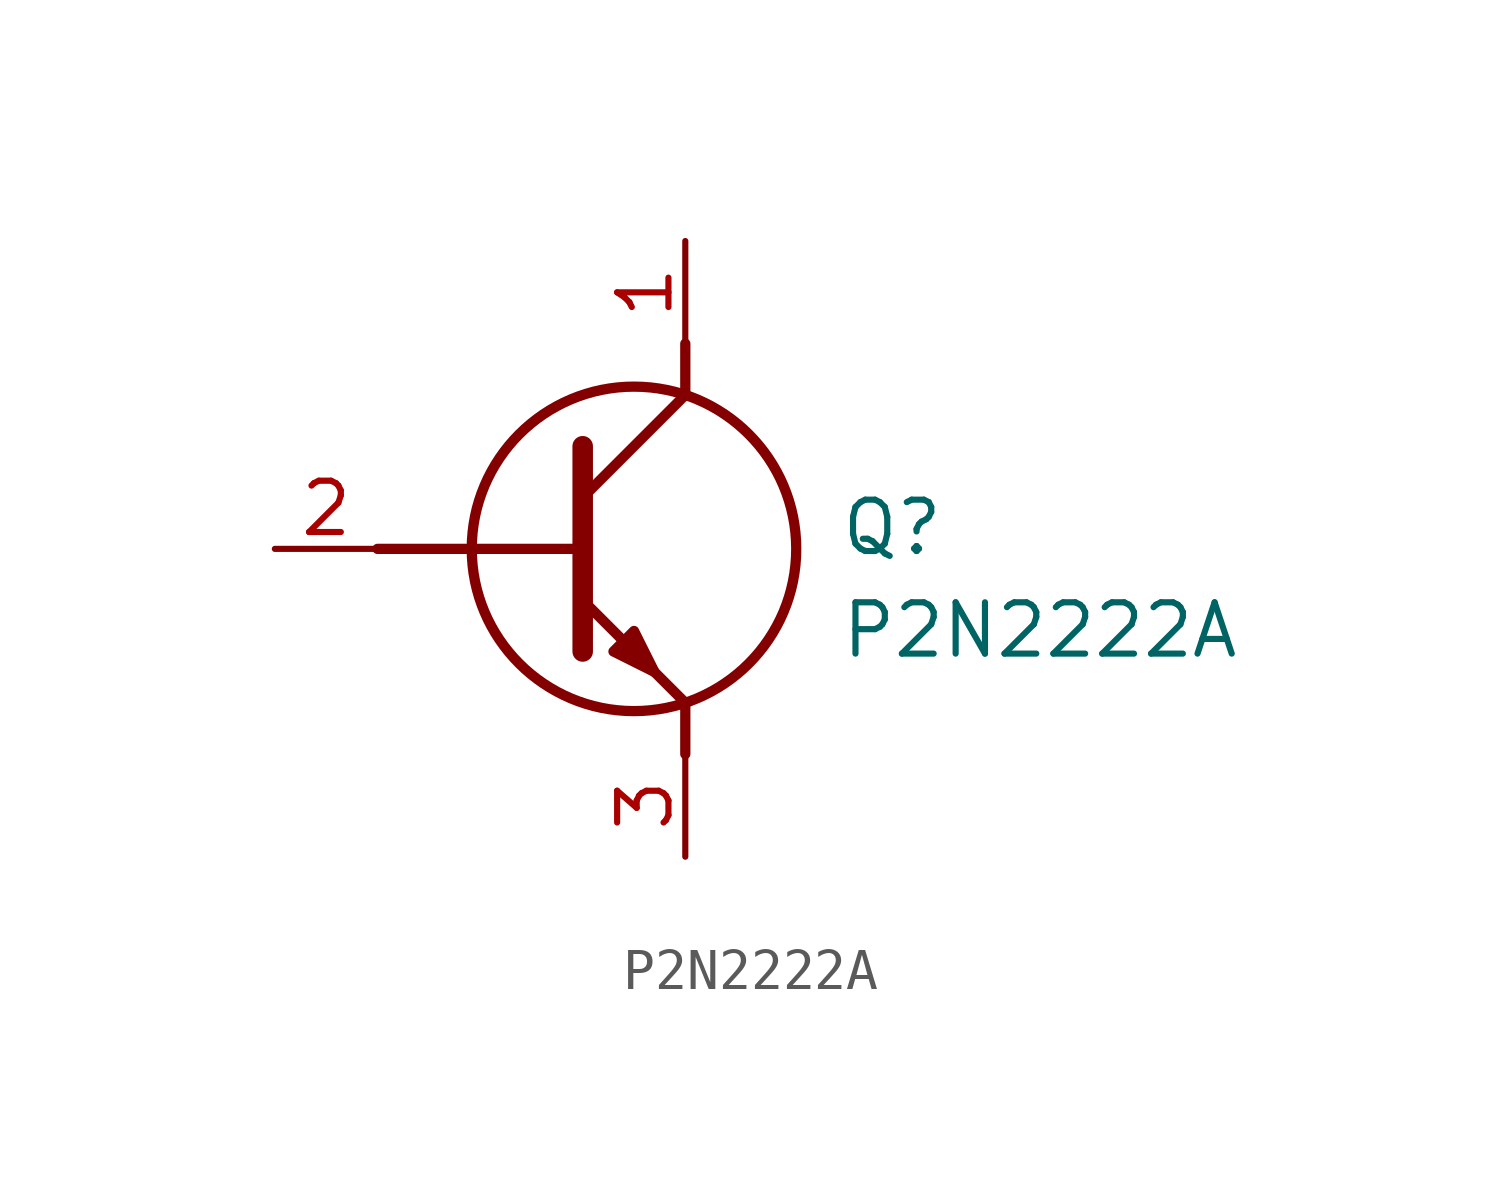
<source format=kicad_sym>
(kicad_symbol_lib
  (version 20211014)
  (generator SamacSys_ECAD_Model)
  (symbol "P2N2222A"
    (pin_names hide)
    (property "Reference" "Q"
      (at 13.97 1.27 0)
      (effects (font (size 1.27 1.27)) (justify left top)))
    (property "Value" "P2N2222A"
      (at 13.97 -1.27 0)
      (effects (font (size 1.27 1.27)) (justify left top)))
    (polyline
      (pts (xy 7.62 2.54) (xy 7.62 -2.54))
      (stroke (width 0.508) (type default))
      (fill (type none)))
    (polyline
      (pts (xy 7.62 1.27) (xy 10.16 3.81))
      (stroke (width 0.254) (type default))
      (fill (type none)))
    (polyline
      (pts (xy 7.62 -1.27) (xy 10.16 -3.81))
      (stroke (width 0.254) (type default))
      (fill (type none)))
    (polyline
      (pts (xy 10.16 -3.81) (xy 10.16 -5.08))
      (stroke (width 0.254) (type default))
      (fill (type none)))
    (polyline
      (pts (xy 10.16 3.81) (xy 10.16 5.08))
      (stroke (width 0.254) (type default))
      (fill (type none)))
    (polyline
      (pts (xy 2.54 0) (xy 7.62 0))
      (stroke (width 0.254) (type default))
      (fill (type none)))
    (circle
      (center 8.89 0)
      (radius 4.016)
      (stroke (width 0.254) (type default))
      (fill (type none)))
    (polyline
      (pts (xy 8.382 -2.54) (xy 8.89 -2.032) (xy 9.398 -3.048) (xy 8.382 -2.54))
      (stroke (width 0.254) (type default))
      (fill (type outline)))
    (pin passive line
      (at 0 0 0)
      (length 2.54)
      (name "B" (effects (font (size 1.27 1.27))))
      (number "2" (effects (font (size 1.27 1.27)))))
    (pin passive line
      (at 10.16 -7.62 90)
      (length 2.54)
      (name "E" (effects (font (size 1.27 1.27))))
      (number "3" (effects (font (size 1.27 1.27)))))
    (pin passive line
      (at 10.16 7.62 270)
      (length 2.54)
      (name "C" (effects (font (size 1.27 1.27))))
      (number "1" (effects (font (size 1.27 1.27)))))))
</source>
